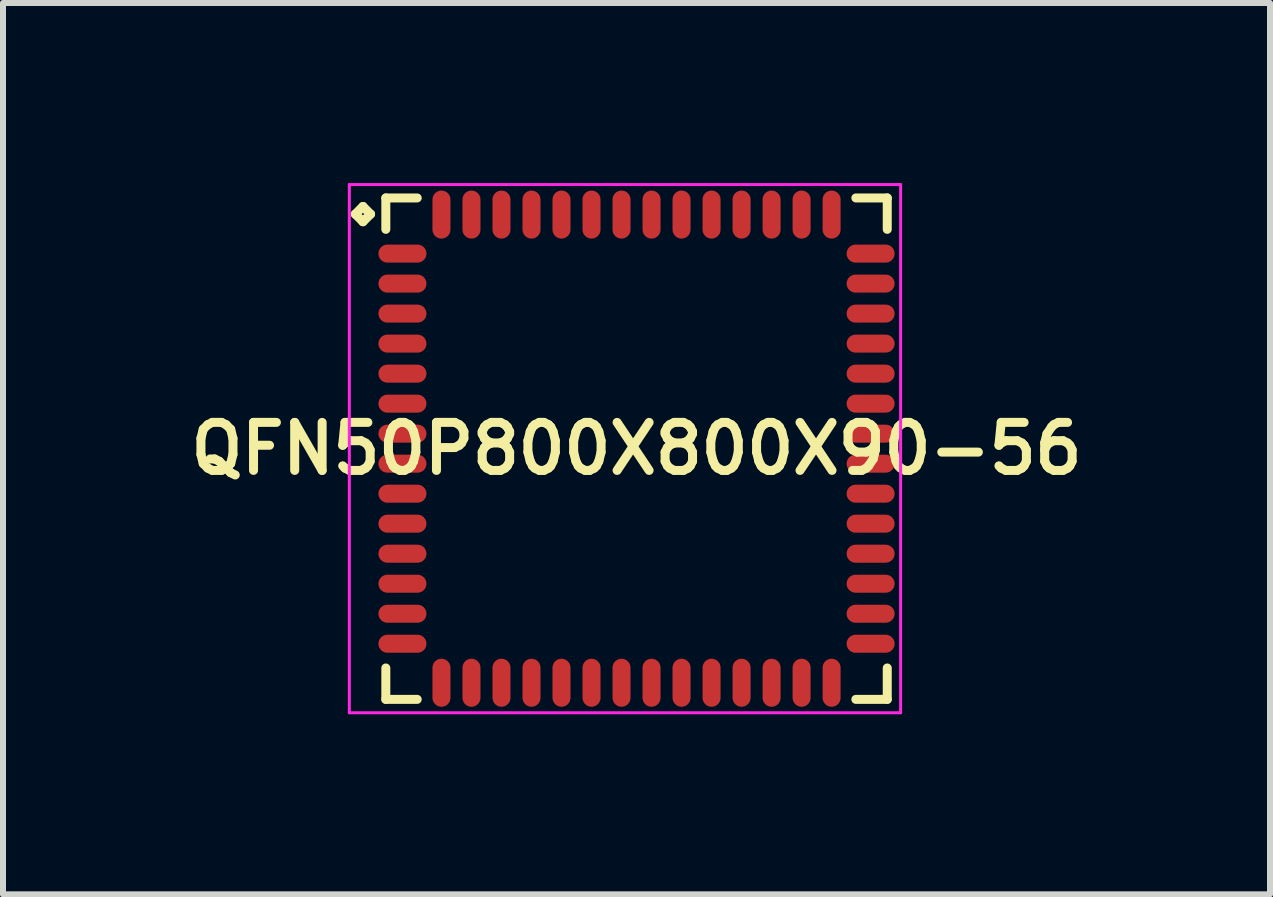
<source format=kicad_pcb>
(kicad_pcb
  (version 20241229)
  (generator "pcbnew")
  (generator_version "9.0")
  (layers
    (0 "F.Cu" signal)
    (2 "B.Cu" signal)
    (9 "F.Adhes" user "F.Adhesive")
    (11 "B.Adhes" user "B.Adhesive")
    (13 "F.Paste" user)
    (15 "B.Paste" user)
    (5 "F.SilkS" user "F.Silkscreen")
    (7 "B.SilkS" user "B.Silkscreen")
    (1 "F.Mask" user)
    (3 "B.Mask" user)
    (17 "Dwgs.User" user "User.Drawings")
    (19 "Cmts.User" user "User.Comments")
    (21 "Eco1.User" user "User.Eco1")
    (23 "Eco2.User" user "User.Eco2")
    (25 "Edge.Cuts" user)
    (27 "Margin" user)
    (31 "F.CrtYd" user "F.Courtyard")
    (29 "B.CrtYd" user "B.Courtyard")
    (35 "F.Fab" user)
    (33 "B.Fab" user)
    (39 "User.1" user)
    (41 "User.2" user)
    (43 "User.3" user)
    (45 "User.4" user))
  (footprint "QFN50P800X800X90-56"
    (layer "F.Cu")
    (at 7.555 4.425)
    (property "Reference" "QFN50P800X800X90-56" (at 0 0 0) (layer "F.SilkS") (effects (font (size 0.8 0.8) (thickness 0.15))))
    (attr smd)
    (fp_line (start -4.685 -3.908) (end -4.558 -4.035) (stroke (width 0.15) (type solid)) (layer "F.SilkS"))
    (fp_line (start -4.558 -4.035) (end -4.431 -3.908) (stroke (width 0.15) (type solid)) (layer "F.SilkS"))
    (fp_line (start -4.558 -3.781) (end -4.685 -3.908) (stroke (width 0.15) (type solid)) (layer "F.SilkS"))
    (fp_line (start -4.431 -3.908) (end -4.558 -3.781) (stroke (width 0.15) (type solid)) (layer "F.SilkS"))
    (fp_line (start -4.177 -4.177) (end -3.654 -4.177) (stroke (width 0.15) (type solid)) (layer "F.SilkS"))
    (fp_line (start -4.177 -3.654) (end -4.177 -4.177) (stroke (width 0.15) (type solid)) (layer "F.SilkS"))
    (fp_line (start -4.177 3.654) (end -4.177 4.177) (stroke (width 0.15) (type solid)) (layer "F.SilkS"))
    (fp_line (start -4.177 4.177) (end -3.654 4.177) (stroke (width 0.15) (type solid)) (layer "F.SilkS"))
    (fp_line (start 3.654 -4.177) (end 4.177 -4.177) (stroke (width 0.15) (type solid)) (layer "F.SilkS"))
    (fp_line (start 3.654 4.177) (end 4.177 4.177) (stroke (width 0.15) (type solid)) (layer "F.SilkS"))
    (fp_line (start 4.177 -4.177) (end 4.177 -3.654) (stroke (width 0.15) (type solid)) (layer "F.SilkS"))
    (fp_line (start 4.177 4.177) (end 4.177 3.654) (stroke (width 0.15) (type solid)) (layer "F.SilkS"))
    (fp_line (start -4.785 -4.4) (end 4.4 -4.4) (stroke (width 0.05) (type solid)) (layer "F.CrtYd"))
    (fp_line (start -4.785 4.4) (end -4.785 -4.4) (stroke (width 0.05) (type solid)) (layer "F.CrtYd"))
    (fp_line (start 4.4 -4.4) (end 4.4 4.4) (stroke (width 0.05) (type solid)) (layer "F.CrtYd"))
    (fp_line (start 4.4 4.4) (end -4.785 4.4) (stroke (width 0.05) (type solid)) (layer "F.CrtYd"))
    (pad "1" smd oval (at -3.9 -3.25) (size 0.8 0.3) (layers "F.Cu" "F.Mask" "F.Paste"))
    (pad "2" smd oval (at -3.9 -2.75) (size 0.8 0.3) (layers "F.Cu" "F.Mask" "F.Paste"))
    (pad "3" smd oval (at -3.9 -2.25) (size 0.8 0.3) (layers "F.Cu" "F.Mask" "F.Paste"))
    (pad "4" smd oval (at -3.9 -1.75) (size 0.8 0.3) (layers "F.Cu" "F.Mask" "F.Paste"))
    (pad "5" smd oval (at -3.9 -1.25) (size 0.8 0.3) (layers "F.Cu" "F.Mask" "F.Paste"))
    (pad "6" smd oval (at -3.9 -0.75) (size 0.8 0.3) (layers "F.Cu" "F.Mask" "F.Paste"))
    (pad "7" smd oval (at -3.9 -0.25) (size 0.8 0.3) (layers "F.Cu" "F.Mask" "F.Paste"))
    (pad "8" smd oval (at -3.9 0.25) (size 0.8 0.3) (layers "F.Cu" "F.Mask" "F.Paste"))
    (pad "9" smd oval (at -3.9 0.75) (size 0.8 0.3) (layers "F.Cu" "F.Mask" "F.Paste"))
    (pad "10" smd oval (at -3.9 1.25) (size 0.8 0.3) (layers "F.Cu" "F.Mask" "F.Paste"))
    (pad "11" smd oval (at -3.9 1.75) (size 0.8 0.3) (layers "F.Cu" "F.Mask" "F.Paste"))
    (pad "12" smd oval (at -3.9 2.25) (size 0.8 0.3) (layers "F.Cu" "F.Mask" "F.Paste"))
    (pad "13" smd oval (at -3.9 2.75) (size 0.8 0.3) (layers "F.Cu" "F.Mask" "F.Paste"))
    (pad "14" smd oval (at -3.9 3.25) (size 0.8 0.3) (layers "F.Cu" "F.Mask" "F.Paste"))
    (pad "15" smd oval (at -3.25 3.9) (size 0.3 0.8) (layers "F.Cu" "F.Mask" "F.Paste"))
    (pad "16" smd oval (at -2.75 3.9) (size 0.3 0.8) (layers "F.Cu" "F.Mask" "F.Paste"))
    (pad "17" smd oval (at -2.25 3.9) (size 0.3 0.8) (layers "F.Cu" "F.Mask" "F.Paste"))
    (pad "18" smd oval (at -1.75 3.9) (size 0.3 0.8) (layers "F.Cu" "F.Mask" "F.Paste"))
    (pad "19" smd oval (at -1.25 3.9) (size 0.3 0.8) (layers "F.Cu" "F.Mask" "F.Paste"))
    (pad "20" smd oval (at -0.75 3.9) (size 0.3 0.8) (layers "F.Cu" "F.Mask" "F.Paste"))
    (pad "21" smd oval (at -0.25 3.9) (size 0.3 0.8) (layers "F.Cu" "F.Mask" "F.Paste"))
    (pad "22" smd oval (at 0.25 3.9) (size 0.3 0.8) (layers "F.Cu" "F.Mask" "F.Paste"))
    (pad "23" smd oval (at 0.75 3.9) (size 0.3 0.8) (layers "F.Cu" "F.Mask" "F.Paste"))
    (pad "24" smd oval (at 1.25 3.9) (size 0.3 0.8) (layers "F.Cu" "F.Mask" "F.Paste"))
    (pad "25" smd oval (at 1.75 3.9) (size 0.3 0.8) (layers "F.Cu" "F.Mask" "F.Paste"))
    (pad "26" smd oval (at 2.25 3.9) (size 0.3 0.8) (layers "F.Cu" "F.Mask" "F.Paste"))
    (pad "27" smd oval (at 2.75 3.9) (size 0.3 0.8) (layers "F.Cu" "F.Mask" "F.Paste"))
    (pad "28" smd oval (at 3.25 3.9) (size 0.3 0.8) (layers "F.Cu" "F.Mask" "F.Paste"))
    (pad "29" smd oval (at 3.9 3.25) (size 0.8 0.3) (layers "F.Cu" "F.Mask" "F.Paste"))
    (pad "30" smd oval (at 3.9 2.75) (size 0.8 0.3) (layers "F.Cu" "F.Mask" "F.Paste"))
    (pad "31" smd oval (at 3.9 2.25) (size 0.8 0.3) (layers "F.Cu" "F.Mask" "F.Paste"))
    (pad "32" smd oval (at 3.9 1.75) (size 0.8 0.3) (layers "F.Cu" "F.Mask" "F.Paste"))
    (pad "33" smd oval (at 3.9 1.25) (size 0.8 0.3) (layers "F.Cu" "F.Mask" "F.Paste"))
    (pad "34" smd oval (at 3.9 0.75) (size 0.8 0.3) (layers "F.Cu" "F.Mask" "F.Paste"))
    (pad "35" smd oval (at 3.9 0.25) (size 0.8 0.3) (layers "F.Cu" "F.Mask" "F.Paste"))
    (pad "36" smd oval (at 3.9 -0.25) (size 0.8 0.3) (layers "F.Cu" "F.Mask" "F.Paste"))
    (pad "37" smd oval (at 3.9 -0.75) (size 0.8 0.3) (layers "F.Cu" "F.Mask" "F.Paste"))
    (pad "38" smd oval (at 3.9 -1.25) (size 0.8 0.3) (layers "F.Cu" "F.Mask" "F.Paste"))
    (pad "39" smd oval (at 3.9 -1.75) (size 0.8 0.3) (layers "F.Cu" "F.Mask" "F.Paste"))
    (pad "40" smd oval (at 3.9 -2.25) (size 0.8 0.3) (layers "F.Cu" "F.Mask" "F.Paste"))
    (pad "41" smd oval (at 3.9 -2.75) (size 0.8 0.3) (layers "F.Cu" "F.Mask" "F.Paste"))
    (pad "42" smd oval (at 3.9 -3.25) (size 0.8 0.3) (layers "F.Cu" "F.Mask" "F.Paste"))
    (pad "43" smd oval (at 3.25 -3.9) (size 0.3 0.8) (layers "F.Cu" "F.Mask" "F.Paste"))
    (pad "44" smd oval (at 2.75 -3.9) (size 0.3 0.8) (layers "F.Cu" "F.Mask" "F.Paste"))
    (pad "45" smd oval (at 2.25 -3.9) (size 0.3 0.8) (layers "F.Cu" "F.Mask" "F.Paste"))
    (pad "46" smd oval (at 1.75 -3.9) (size 0.3 0.8) (layers "F.Cu" "F.Mask" "F.Paste"))
    (pad "47" smd oval (at 1.25 -3.9) (size 0.3 0.8) (layers "F.Cu" "F.Mask" "F.Paste"))
    (pad "48" smd oval (at 0.75 -3.9) (size 0.3 0.8) (layers "F.Cu" "F.Mask" "F.Paste"))
    (pad "49" smd oval (at 0.25 -3.9) (size 0.3 0.8) (layers "F.Cu" "F.Mask" "F.Paste"))
    (pad "50" smd oval (at -0.25 -3.9) (size 0.3 0.8) (layers "F.Cu" "F.Mask" "F.Paste"))
    (pad "51" smd oval (at -0.75 -3.9) (size 0.3 0.8) (layers "F.Cu" "F.Mask" "F.Paste"))
    (pad "52" smd oval (at -1.25 -3.9) (size 0.3 0.8) (layers "F.Cu" "F.Mask" "F.Paste"))
    (pad "53" smd oval (at -1.75 -3.9) (size 0.3 0.8) (layers "F.Cu" "F.Mask" "F.Paste"))
    (pad "54" smd oval (at -2.25 -3.9) (size 0.3 0.8) (layers "F.Cu" "F.Mask" "F.Paste"))
    (pad "55" smd oval (at -2.75 -3.9) (size 0.3 0.8) (layers "F.Cu" "F.Mask" "F.Paste"))
    (pad "56" smd oval (at -3.25 -3.9) (size 0.3 0.8) (layers "F.Cu" "F.Mask" "F.Paste")))
  (gr_rect
    (start -3 -3)
    (end 18.109 11.85)
    (stroke (width 0.1) (type default))
    (fill no)
    (layer "Edge.Cuts")))
</source>
